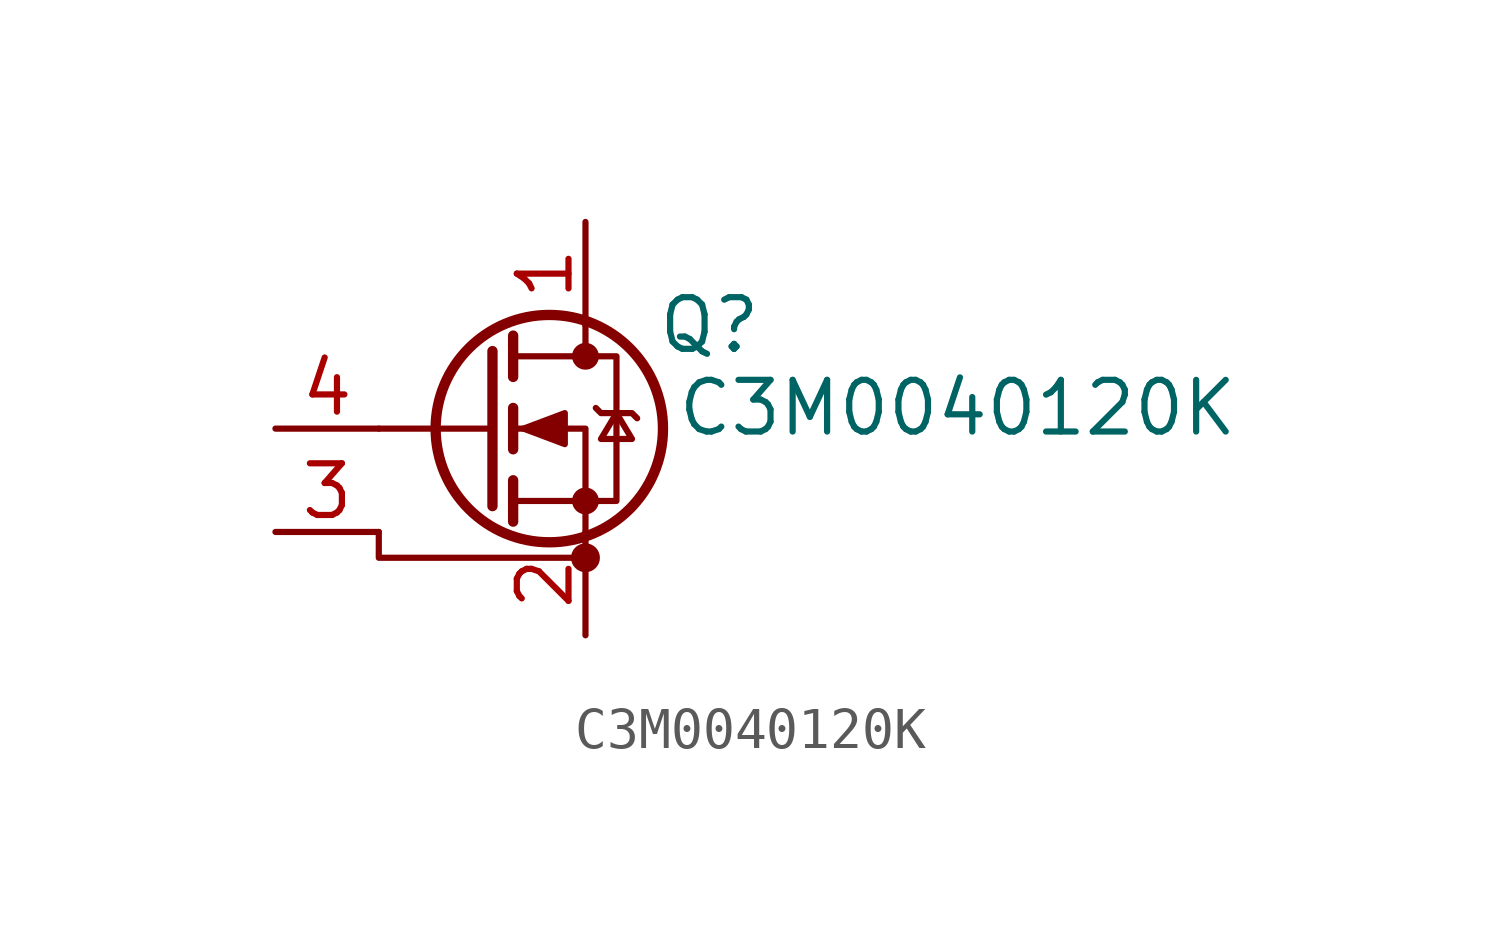
<source format=kicad_sym>
(kicad_symbol_lib
  (version 20231120)
  (generator "kicad_symbol_editor")
  (generator_version "8.0")
  (symbol "C3M0040120K"
    (pin_names hide)
    (property "Reference" "Q"
      (at 5.588 2.54 0)
      (effects (font (size 1.27 1.27))))
    (property "Value" "C3M0040120K"
      (at 11.684 0.508 0)
      (effects (font (size 1.27 1.27))))
    (symbol "C3M0040120K_0_1"
      (polyline (pts (xy 0.254 0) (xy -2.54 0)) (stroke (width 0) (type default)) (fill (type none)))
      (polyline (pts (xy 0.254 1.905) (xy 0.254 -1.905)) (stroke (width 0.254) (type default)) (fill (type none)))
      (polyline (pts (xy 0.762 -1.27) (xy 0.762 -2.286)) (stroke (width 0.254) (type default)) (fill (type none)))
      (polyline (pts (xy 0.762 0.508) (xy 0.762 -0.508)) (stroke (width 0.254) (type default)) (fill (type none)))
      (polyline (pts (xy 0.762 2.286) (xy 0.762 1.27)) (stroke (width 0.254) (type default)) (fill (type none)))
      (polyline (pts (xy 2.54 2.54) (xy 2.54 1.778)) (stroke (width 0) (type default)) (fill (type none)))
      (polyline (pts (xy -2.54 -2.54) (xy -2.54 -3.175) (xy 2.54 -3.175)) (stroke (width 0) (type default)) (fill (type none)))
      (polyline (pts (xy 2.54 -2.54) (xy 2.54 0) (xy 0.762 0)) (stroke (width 0) (type default)) (fill (type none)))
      (polyline (pts (xy 0.762 -1.778) (xy 3.302 -1.778) (xy 3.302 1.778) (xy 0.762 1.778)) (stroke (width 0) (type default)) (fill (type none)))
      (polyline (pts (xy 1.016 0) (xy 2.032 0.381) (xy 2.032 -0.381) (xy 1.016 0)) (stroke (width 0) (type default)) (fill (type outline)))
      (polyline (pts (xy 2.794 0.508) (xy 2.921 0.381) (xy 3.683 0.381) (xy 3.81 0.254)) (stroke (width 0) (type default)) (fill (type none)))
      (polyline (pts (xy 3.302 0.381) (xy 2.921 -0.254) (xy 3.683 -0.254) (xy 3.302 0.381)) (stroke (width 0) (type default)) (fill (type none)))
      (circle (center 1.651 0) (radius 2.794) (stroke (width 0.254) (type default)) (fill (type none)))
      (circle (center 2.54 -3.175) (radius 0.279) (stroke (width 0) (type default)) (fill (type outline)))
      (circle (center 2.54 -1.778) (radius 0.254) (stroke (width 0) (type default)) (fill (type outline)))
      (circle (center 2.54 1.778) (radius 0.254) (stroke (width 0) (type default)) (fill (type outline))))
    (symbol "C3M0040120K_1_1"
      (pin passive line (at 2.54 5.08 270) (length 2.54) (name "D" (effects (font (size 1.27 1.27)))) (number "1" (effects (font (size 1.27 1.27)))))
      (pin passive line (at 2.54 -5.08 90) (length 2.54) (name "S" (effects (font (size 1.27 1.27)))) (number "2" (effects (font (size 1.27 1.27)))))
      (pin passive line (at -5.08 -2.54 0) (length 2.54) (name "DS" (effects (font (size 1.27 1.27)))) (number "3" (effects (font (size 1.27 1.27)))))
      (pin input line (at -5.08 0 0) (length 2.54) (name "G" (effects (font (size 1.27 1.27)))) (number "4" (effects (font (size 1.27 1.27))))))))
</source>
